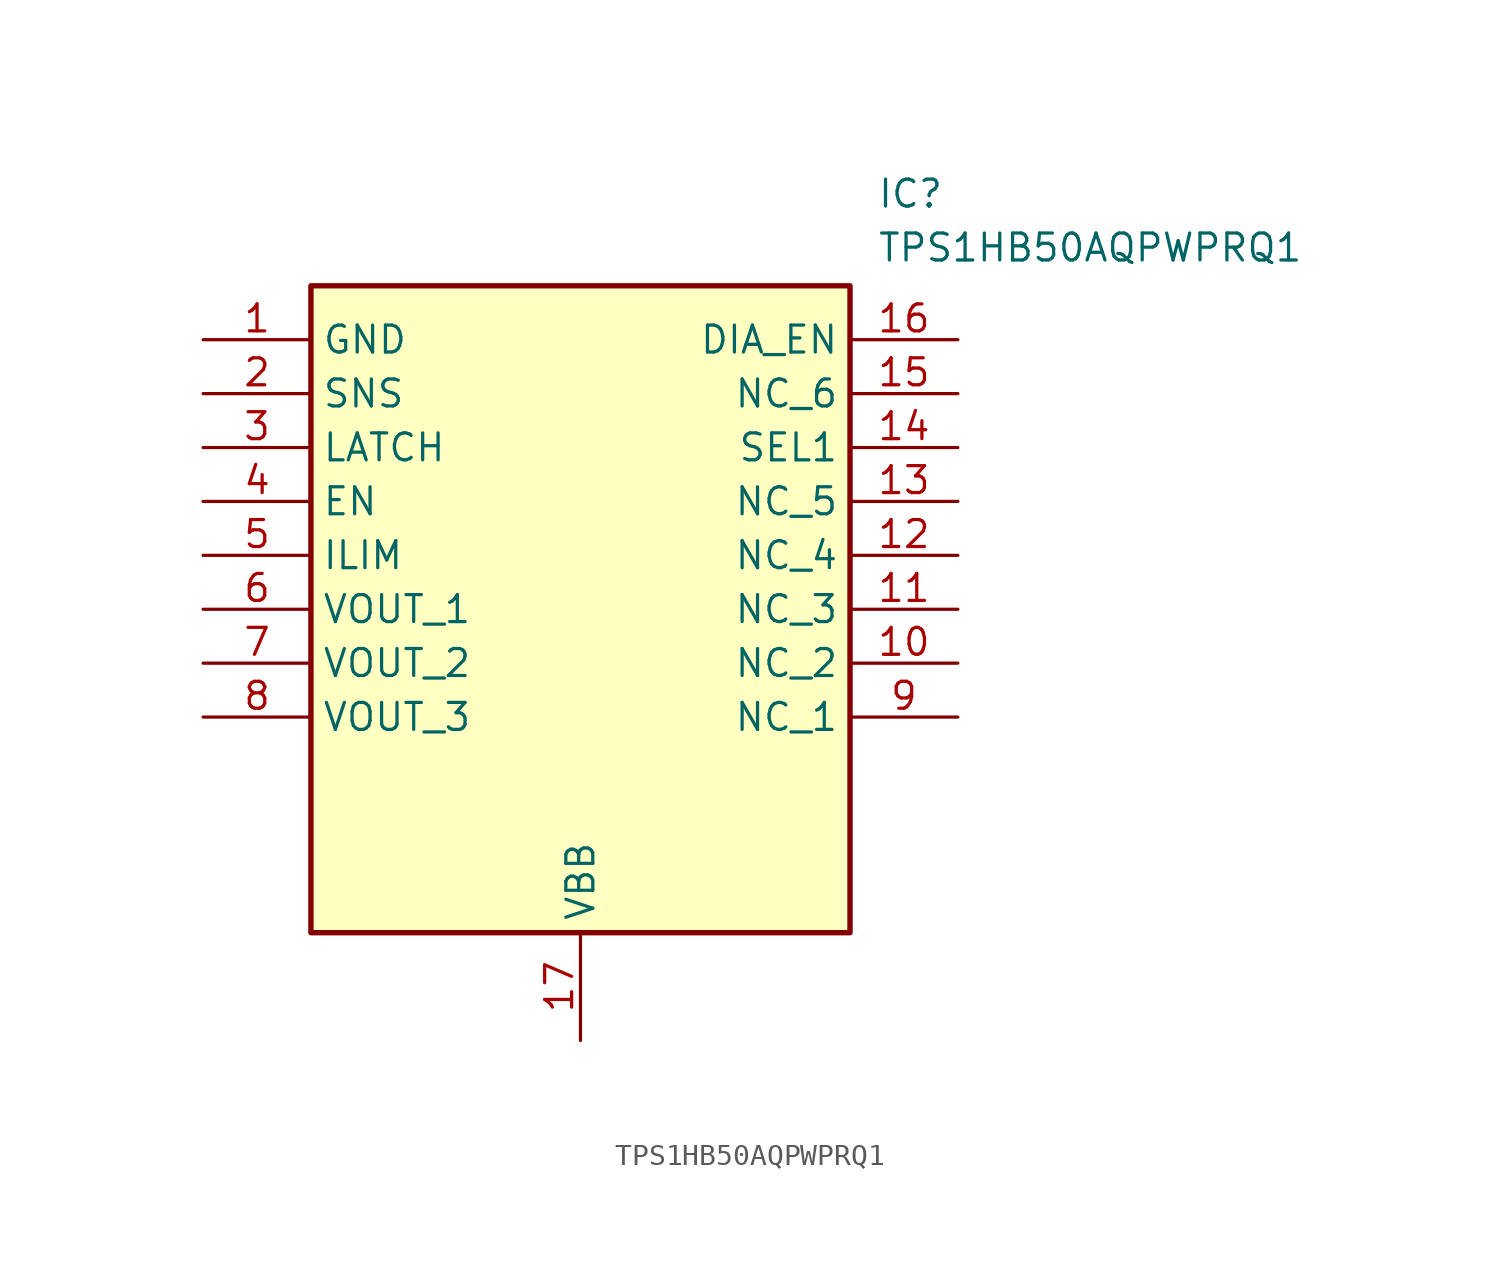
<source format=kicad_sym>
(kicad_symbol_lib
  (version 20211014)
  (generator SamacSys_ECAD_Model)
  (symbol "TPS1HB50AQPWPRQ1"
    (property "Reference" "IC"
      (at 31.75 7.62 0)
      (effects (font (size 1.27 1.27)) (justify left top)))
    (property "Value" "TPS1HB50AQPWPRQ1"
      (at 31.75 5.08 0)
      (effects (font (size 1.27 1.27)) (justify left top)))
    (rectangle
      (start 5.08 2.54)
      (end 30.48 -27.94)
      (stroke (width 0.254) (type default))
      (fill (type background)))
    (pin passive line
      (at 0 0 0)
      (length 5.08)
      (name "GND" (effects (font (size 1.27 1.27))))
      (number "1" (effects (font (size 1.27 1.27)))))
    (pin passive line
      (at 0 -2.54 0)
      (length 5.08)
      (name "SNS" (effects (font (size 1.27 1.27))))
      (number "2" (effects (font (size 1.27 1.27)))))
    (pin passive line
      (at 0 -5.08 0)
      (length 5.08)
      (name "LATCH" (effects (font (size 1.27 1.27))))
      (number "3" (effects (font (size 1.27 1.27)))))
    (pin passive line
      (at 0 -7.62 0)
      (length 5.08)
      (name "EN" (effects (font (size 1.27 1.27))))
      (number "4" (effects (font (size 1.27 1.27)))))
    (pin passive line
      (at 0 -10.16 0)
      (length 5.08)
      (name "ILIM" (effects (font (size 1.27 1.27))))
      (number "5" (effects (font (size 1.27 1.27)))))
    (pin passive line
      (at 0 -12.7 0)
      (length 5.08)
      (name "VOUT_1" (effects (font (size 1.27 1.27))))
      (number "6" (effects (font (size 1.27 1.27)))))
    (pin passive line
      (at 0 -15.24 0)
      (length 5.08)
      (name "VOUT_2" (effects (font (size 1.27 1.27))))
      (number "7" (effects (font (size 1.27 1.27)))))
    (pin passive line
      (at 0 -17.78 0)
      (length 5.08)
      (name "VOUT_3" (effects (font (size 1.27 1.27))))
      (number "8" (effects (font (size 1.27 1.27)))))
    (pin passive line
      (at 17.78 -33.02 90)
      (length 5.08)
      (name "VBB" (effects (font (size 1.27 1.27))))
      (number "17" (effects (font (size 1.27 1.27)))))
    (pin passive line
      (at 35.56 0 180)
      (length 5.08)
      (name "DIA_EN" (effects (font (size 1.27 1.27))))
      (number "16" (effects (font (size 1.27 1.27)))))
    (pin passive line
      (at 35.56 -2.54 180)
      (length 5.08)
      (name "NC_6" (effects (font (size 1.27 1.27))))
      (number "15" (effects (font (size 1.27 1.27)))))
    (pin passive line
      (at 35.56 -5.08 180)
      (length 5.08)
      (name "SEL1" (effects (font (size 1.27 1.27))))
      (number "14" (effects (font (size 1.27 1.27)))))
    (pin passive line
      (at 35.56 -7.62 180)
      (length 5.08)
      (name "NC_5" (effects (font (size 1.27 1.27))))
      (number "13" (effects (font (size 1.27 1.27)))))
    (pin passive line
      (at 35.56 -10.16 180)
      (length 5.08)
      (name "NC_4" (effects (font (size 1.27 1.27))))
      (number "12" (effects (font (size 1.27 1.27)))))
    (pin passive line
      (at 35.56 -12.7 180)
      (length 5.08)
      (name "NC_3" (effects (font (size 1.27 1.27))))
      (number "11" (effects (font (size 1.27 1.27)))))
    (pin passive line
      (at 35.56 -15.24 180)
      (length 5.08)
      (name "NC_2" (effects (font (size 1.27 1.27))))
      (number "10" (effects (font (size 1.27 1.27)))))
    (pin passive line
      (at 35.56 -17.78 180)
      (length 5.08)
      (name "NC_1" (effects (font (size 1.27 1.27))))
      (number "9" (effects (font (size 1.27 1.27)))))))
</source>
